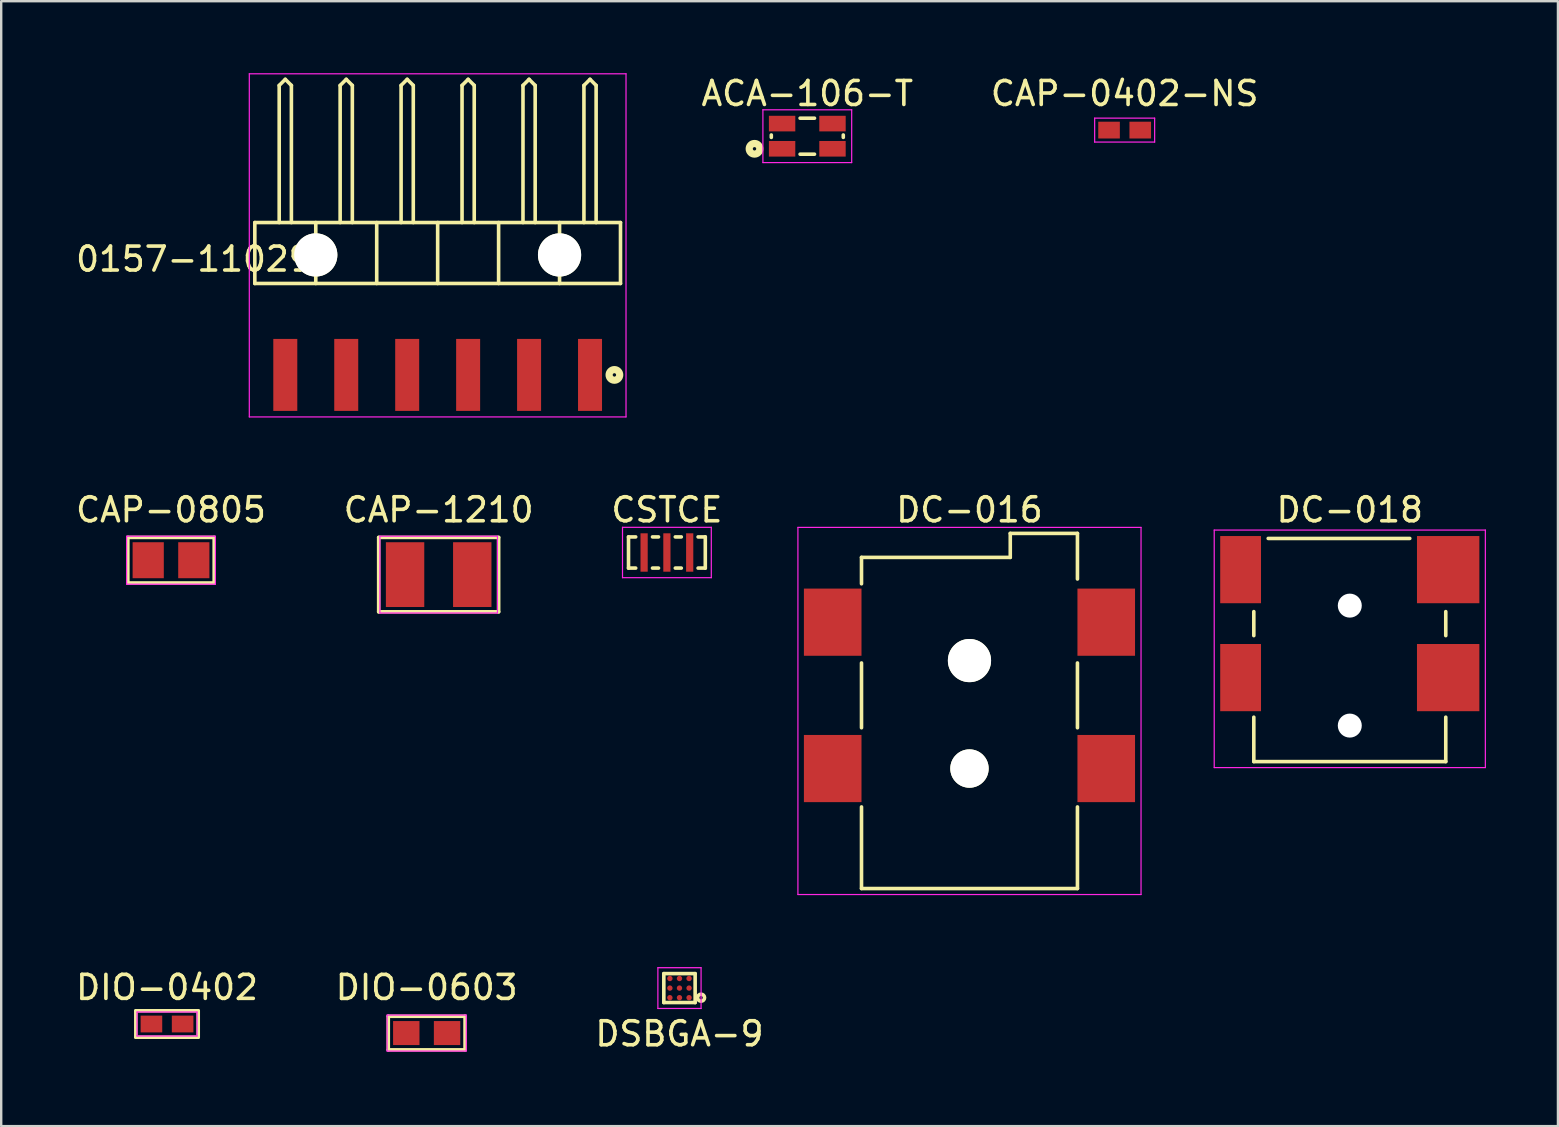
<source format=kicad_pcb>
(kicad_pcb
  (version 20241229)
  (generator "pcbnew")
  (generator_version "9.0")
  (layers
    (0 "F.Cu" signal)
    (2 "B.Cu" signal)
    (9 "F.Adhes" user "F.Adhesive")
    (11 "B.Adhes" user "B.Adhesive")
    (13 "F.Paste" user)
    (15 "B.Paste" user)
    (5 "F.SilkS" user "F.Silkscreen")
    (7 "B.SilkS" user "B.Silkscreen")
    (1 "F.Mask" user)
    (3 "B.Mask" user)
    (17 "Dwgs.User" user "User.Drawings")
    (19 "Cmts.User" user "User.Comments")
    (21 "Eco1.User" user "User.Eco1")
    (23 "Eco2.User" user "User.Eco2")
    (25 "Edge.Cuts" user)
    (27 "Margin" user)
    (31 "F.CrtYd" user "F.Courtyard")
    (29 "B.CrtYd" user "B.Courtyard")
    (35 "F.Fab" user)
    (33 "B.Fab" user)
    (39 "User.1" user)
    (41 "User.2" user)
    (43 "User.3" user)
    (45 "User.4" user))
  (footprint "CSTCE"
    (layer "F.Cu")
    (at 24.744 19.976)
    (property "Reference" "CSTCE" (at 0 -1.778 0) (layer "F.SilkS") (effects (font (size 1 1) (thickness 0.15))))
    (attr through_hole)
    (fp_line (start -1.6 -0.65) (end -1.6 0.65) (stroke (width 0.15) (type solid)) (layer "F.SilkS"))
    (fp_line (start -1.6 0.65) (end -1.3 0.65) (stroke (width 0.15) (type solid)) (layer "F.SilkS"))
    (fp_line (start -1.3 -0.65) (end -1.6 -0.65) (stroke (width 0.15) (type solid)) (layer "F.SilkS"))
    (fp_line (start -0.6 -0.65) (end -0.35 -0.65) (stroke (width 0.15) (type solid)) (layer "F.SilkS"))
    (fp_line (start -0.6 0.65) (end -0.35 0.65) (stroke (width 0.15) (type solid)) (layer "F.SilkS"))
    (fp_line (start 0.35 -0.65) (end 0.6 -0.65) (stroke (width 0.15) (type solid)) (layer "F.SilkS"))
    (fp_line (start 0.35 0.65) (end 0.6 0.65) (stroke (width 0.15) (type solid)) (layer "F.SilkS"))
    (fp_line (start 1.3 -0.65) (end 1.6 -0.65) (stroke (width 0.15) (type solid)) (layer "F.SilkS"))
    (fp_line (start 1.6 -0.65) (end 1.6 0.65) (stroke (width 0.15) (type solid)) (layer "F.SilkS"))
    (fp_line (start 1.6 0.65) (end 1.3 0.65) (stroke (width 0.15) (type solid)) (layer "F.SilkS"))
    (fp_line (start -1.85 -1.05) (end -1.85 1.05) (stroke (width 0.05) (type solid)) (layer "F.CrtYd"))
    (fp_line (start -1.85 1.05) (end 1.85 1.05) (stroke (width 0.05) (type solid)) (layer "F.CrtYd"))
    (fp_line (start 1.85 -1.05) (end -1.85 -1.05) (stroke (width 0.05) (type solid)) (layer "F.CrtYd"))
    (fp_line (start 1.85 1.05) (end 1.85 -1.05) (stroke (width 0.05) (type solid)) (layer "F.CrtYd"))
    (pad "1" smd rect (at -0.95 0) (size 0.3 1.6) (layers "F.Cu" "F.Mask" "F.Paste"))
    (pad "2" smd rect (at 0 0) (size 0.3 1.6) (layers "F.Cu" "F.Mask" "F.Paste"))
    (pad "3" smd rect (at 0.95 0) (size 0.3 1.6) (layers "F.Cu" "F.Mask" "F.Paste")))
  (footprint "DC-018"
    (layer "F.Cu")
    (at 53.204 24.04)
    (property "Reference" "DC-018" (at 0 -5.842 0) (layer "F.SilkS") (effects (font (size 1 1) (thickness 0.15))))
    (attr through_hole)
    (fp_line (start -4 -1.6) (end -4 -0.6) (stroke (width 0.15) (type solid)) (layer "F.SilkS"))
    (fp_line (start -4 2.8) (end -4 4.65) (stroke (width 0.15) (type solid)) (layer "F.SilkS"))
    (fp_line (start -4 4.65) (end 4 4.65) (stroke (width 0.15) (type solid)) (layer "F.SilkS"))
    (fp_line (start 2.5 -4.65) (end -3.4 -4.65) (stroke (width 0.15) (type solid)) (layer "F.SilkS"))
    (fp_line (start 4 -1.6) (end 4 -0.6) (stroke (width 0.15) (type solid)) (layer "F.SilkS"))
    (fp_line (start 4 4.65) (end 4 2.8) (stroke (width 0.15) (type solid)) (layer "F.SilkS"))
    (fp_line (start -5.65 -5) (end -5.65 4.9) (stroke (width 0.05) (type solid)) (layer "F.CrtYd"))
    (fp_line (start -5.65 4.9) (end 5.65 4.9) (stroke (width 0.05) (type solid)) (layer "F.CrtYd"))
    (fp_line (start 5.65 -5) (end -5.65 -5) (stroke (width 0.05) (type solid)) (layer "F.CrtYd"))
    (fp_line (start 5.65 4.9) (end 5.65 -5) (stroke (width 0.05) (type solid)) (layer "F.CrtYd"))
    (pad "" np_thru_hole circle (at 0 -1.85) (size 1 1) (drill 1) (layers "*.Cu" "*.Mask"))
    (pad "" np_thru_hole circle (at 0 3.15) (size 1 1) (drill 1) (layers "*.Cu" "*.Mask"))
    (pad "1" smd rect (at -4.55 -3.35) (size 1.7 2.8) (layers "F.Cu" "F.Mask" "F.Paste"))
    (pad "1" smd rect (at -4.55 1.15) (size 1.7 2.8) (layers "F.Cu" "F.Mask" "F.Paste"))
    (pad "2" smd rect (at 4.1 1.15) (size 2.6 2.8) (layers "F.Cu" "F.Mask" "F.Paste"))
    (pad "3" smd rect (at 4.1 -3.35) (size 2.6 2.8) (layers "F.Cu" "F.Mask" "F.Paste")))
  (footprint "DIO-0603"
    (layer "F.Cu")
    (at 14.732 40.004)
    (property "Reference" "DIO-0603" (at 0 -1.9 0) (layer "F.SilkS") (effects (font (size 1 1) (thickness 0.15))))
    (attr smd)
    (fp_line (start -1.6 -0.7) (end -1.6 0.7) (stroke (width 0.15) (type solid)) (layer "F.SilkS"))
    (fp_line (start -1.6 -0.7) (end 1.6 -0.7) (stroke (width 0.15) (type solid)) (layer "F.SilkS"))
    (fp_line (start 1.6 -0.7) (end 1.6 0.7) (stroke (width 0.15) (type solid)) (layer "F.SilkS"))
    (fp_line (start 1.6 0.7) (end -1.6 0.7) (stroke (width 0.15) (type solid)) (layer "F.SilkS"))
    (fp_line (start -1.65 -0.75) (end -1.65 0.75) (stroke (width 0.05) (type solid)) (layer "F.CrtYd"))
    (fp_line (start -1.65 0.75) (end 1.65 0.75) (stroke (width 0.05) (type solid)) (layer "F.CrtYd"))
    (fp_line (start 1.65 -0.75) (end -1.65 -0.75) (stroke (width 0.05) (type solid)) (layer "F.CrtYd"))
    (fp_line (start 1.65 0.75) (end 1.65 -0.75) (stroke (width 0.05) (type solid)) (layer "F.CrtYd"))
    (pad "1" smd rect (at -0.85 0) (size 1.1 1) (layers "F.Cu" "F.Mask" "F.Paste"))
    (pad "2" smd rect (at 0.85 0) (size 1.1 1) (layers "F.Cu" "F.Mask" "F.Paste")))
  (footprint "0157-11029"
    (layer "F.Cu")
    (at 15.19 12.575)
    (property "Reference" "0157-11029" (at -10.16 -4.826 0) (layer "F.SilkS") (effects (font (size 1 1) (thickness 0.15))))
    (attr through_hole)
    (fp_line (start -7.62 -6.35) (end -7.62 -3.81) (stroke (width 0.15) (type solid)) (layer "F.SilkS"))
    (fp_line (start -6.604 -12.065) (end -6.35 -12.319) (stroke (width 0.15) (type solid)) (layer "F.SilkS"))
    (fp_line (start -6.604 -6.35) (end -6.604 -12.065) (stroke (width 0.15) (type solid)) (layer "F.SilkS"))
    (fp_line (start -6.35 -12.319) (end -6.096 -12.065) (stroke (width 0.15) (type solid)) (layer "F.SilkS"))
    (fp_line (start -6.096 -12.065) (end -6.096 -6.35) (stroke (width 0.15) (type solid)) (layer "F.SilkS"))
    (fp_line (start -5.08 -6.35) (end -5.08 -3.81) (stroke (width 0.15) (type solid)) (layer "F.SilkS"))
    (fp_line (start -4.064 -12.065) (end -3.81 -12.319) (stroke (width 0.15) (type solid)) (layer "F.SilkS"))
    (fp_line (start -4.064 -6.35) (end -4.064 -12.065) (stroke (width 0.15) (type solid)) (layer "F.SilkS"))
    (fp_line (start -3.81 -12.319) (end -3.556 -12.065) (stroke (width 0.15) (type solid)) (layer "F.SilkS"))
    (fp_line (start -3.556 -12.065) (end -3.556 -6.35) (stroke (width 0.15) (type solid)) (layer "F.SilkS"))
    (fp_line (start -2.54 -6.35) (end -2.54 -3.81) (stroke (width 0.15) (type solid)) (layer "F.SilkS"))
    (fp_line (start -1.524 -12.065) (end -1.27 -12.319) (stroke (width 0.15) (type solid)) (layer "F.SilkS"))
    (fp_line (start -1.524 -6.35) (end -1.524 -12.065) (stroke (width 0.15) (type solid)) (layer "F.SilkS"))
    (fp_line (start -1.27 -12.319) (end -1.016 -12.065) (stroke (width 0.15) (type solid)) (layer "F.SilkS"))
    (fp_line (start -1.016 -12.065) (end -1.016 -6.35) (stroke (width 0.15) (type solid)) (layer "F.SilkS"))
    (fp_line (start 0 -6.35) (end 0 -3.81) (stroke (width 0.15) (type solid)) (layer "F.SilkS"))
    (fp_line (start 1.016 -12.065) (end 1.27 -12.319) (stroke (width 0.15) (type solid)) (layer "F.SilkS"))
    (fp_line (start 1.016 -6.35) (end 1.016 -12.065) (stroke (width 0.15) (type solid)) (layer "F.SilkS"))
    (fp_line (start 1.27 -12.319) (end 1.524 -12.065) (stroke (width 0.15) (type solid)) (layer "F.SilkS"))
    (fp_line (start 1.524 -12.065) (end 1.524 -6.35) (stroke (width 0.15) (type solid)) (layer "F.SilkS"))
    (fp_line (start 2.54 -3.81) (end 2.54 -6.35) (stroke (width 0.15) (type solid)) (layer "F.SilkS"))
    (fp_line (start 3.556 -12.065) (end 3.81 -12.319) (stroke (width 0.15) (type solid)) (layer "F.SilkS"))
    (fp_line (start 3.556 -6.35) (end 3.556 -12.065) (stroke (width 0.15) (type solid)) (layer "F.SilkS"))
    (fp_line (start 3.81 -12.319) (end 4.064 -12.065) (stroke (width 0.15) (type solid)) (layer "F.SilkS"))
    (fp_line (start 4.064 -12.065) (end 4.064 -6.35) (stroke (width 0.15) (type solid)) (layer "F.SilkS"))
    (fp_line (start 5.08 -6.35) (end 5.08 -3.81) (stroke (width 0.15) (type solid)) (layer "F.SilkS"))
    (fp_line (start 6.096 -12.065) (end 6.35 -12.319) (stroke (width 0.15) (type solid)) (layer "F.SilkS"))
    (fp_line (start 6.096 -6.35) (end 6.096 -12.065) (stroke (width 0.15) (type solid)) (layer "F.SilkS"))
    (fp_line (start 6.35 -12.319) (end 6.604 -12.065) (stroke (width 0.15) (type solid)) (layer "F.SilkS"))
    (fp_line (start 6.604 -12.065) (end 6.604 -6.35) (stroke (width 0.15) (type solid)) (layer "F.SilkS"))
    (fp_line (start 7.62 -6.35) (end -7.62 -6.35) (stroke (width 0.15) (type solid)) (layer "F.SilkS"))
    (fp_line (start 7.62 -6.35) (end 7.62 -3.81) (stroke (width 0.15) (type solid)) (layer "F.SilkS"))
    (fp_line (start 7.62 -3.81) (end -7.62 -3.81) (stroke (width 0.15) (type solid)) (layer "F.SilkS"))
    (fp_circle (center 7.366 0) (end 7.416 0.05) (stroke (width 0.3) (type solid)) (fill no) (layer "F.SilkS"))
    (fp_line (start -7.85 -12.55) (end -7.85 1.75) (stroke (width 0.05) (type solid)) (layer "F.CrtYd"))
    (fp_line (start -7.85 -12.55) (end 7.85 -12.55) (stroke (width 0.05) (type solid)) (layer "F.CrtYd"))
    (fp_line (start 7.85 -12.55) (end 7.85 1.75) (stroke (width 0.05) (type solid)) (layer "F.CrtYd"))
    (fp_line (start 7.85 1.75) (end -7.85 1.75) (stroke (width 0.05) (type solid)) (layer "F.CrtYd"))
    (pad "" np_thru_hole circle (at -5.08 -5) (size 1.8 1.8) (drill 1.8) (layers "*.Cu" "*.Mask" "F.SilkS"))
    (pad "" np_thru_hole circle (at 5.08 -5) (size 1.8 1.8) (drill 1.8) (layers "*.Cu" "*.Mask" "F.SilkS"))
    (pad "1" smd rect (at 6.35 0) (size 1 3) (layers "F.Cu" "F.Mask" "F.Paste"))
    (pad "2" smd rect (at 3.81 0) (size 1 3) (layers "F.Cu" "F.Mask" "F.Paste"))
    (pad "3" smd rect (at 1.27 0) (size 1 3) (layers "F.Cu" "F.Mask" "F.Paste"))
    (pad "4" smd rect (at -1.27 0) (size 1 3) (layers "F.Cu" "F.Mask" "F.Paste"))
    (pad "5" smd rect (at -3.81 0) (size 1 3) (layers "F.Cu" "F.Mask" "F.Paste"))
    (pad "6" smd rect (at -6.35 0) (size 1 3) (layers "F.Cu" "F.Mask" "F.Paste")))
  (footprint "CAP-0805"
    (layer "F.Cu")
    (at 4.077 20.298)
    (property "Reference" "CAP-0805" (at 0 -2.1 0) (layer "F.SilkS") (effects (font (size 1 1) (thickness 0.15))))
    (attr smd)
    (fp_line (start -1.8 0.95) (end -1.8 -0.95) (stroke (width 0.15) (type solid)) (layer "F.SilkS"))
    (fp_line (start -1.8 0.95) (end 1.8 0.95) (stroke (width 0.15) (type solid)) (layer "F.SilkS"))
    (fp_line (start 1.8 -0.95) (end -1.8 -0.95) (stroke (width 0.15) (type solid)) (layer "F.SilkS"))
    (fp_line (start 1.8 0.95) (end 1.8 -0.95) (stroke (width 0.15) (type solid)) (layer "F.SilkS"))
    (fp_line (start -1.85 -1) (end -1.85 1) (stroke (width 0.05) (type solid)) (layer "F.CrtYd"))
    (fp_line (start -1.85 1) (end 1.85 1) (stroke (width 0.05) (type solid)) (layer "F.CrtYd"))
    (fp_line (start 1.85 -1) (end -1.85 -1) (stroke (width 0.05) (type solid)) (layer "F.CrtYd"))
    (fp_line (start 1.85 1) (end 1.85 -1) (stroke (width 0.05) (type solid)) (layer "F.CrtYd"))
    (pad "1" smd rect (at -0.95 0) (size 1.3 1.5) (layers "F.Cu" "F.Mask" "F.Paste"))
    (pad "2" smd rect (at 0.95 0) (size 1.3 1.5) (layers "F.Cu" "F.Mask" "F.Paste")))
  (footprint "CAP-0402-NS"
    (layer "F.Cu")
    (at 43.821 2.372)
    (property "Reference" "CAP-0402-NS" (at 0 -1.524 0) (layer "F.SilkS") (effects (font (size 1 1) (thickness 0.15))))
    (attr through_hole)
    (fp_line (start -1.25 -0.5) (end 1.25 -0.5) (stroke (width 0.05) (type solid)) (layer "F.CrtYd"))
    (fp_line (start -1.25 0.5) (end -1.25 -0.5) (stroke (width 0.05) (type solid)) (layer "F.CrtYd"))
    (fp_line (start 1.25 -0.5) (end 1.25 0.5) (stroke (width 0.05) (type solid)) (layer "F.CrtYd"))
    (fp_line (start 1.25 0.5) (end -1.25 0.5) (stroke (width 0.05) (type solid)) (layer "F.CrtYd"))
    (pad "1" smd rect (at -0.65 0) (size 0.9 0.7) (layers "F.Cu" "F.Mask" "F.Paste"))
    (pad "2" smd rect (at 0.65 0) (size 0.9 0.7) (layers "F.Cu" "F.Mask" "F.Paste")))
  (footprint "DIO-0402"
    (layer "F.Cu")
    (at 3.911 39.627)
    (property "Reference" "DIO-0402" (at 0 -1.524 0) (layer "F.SilkS") (effects (font (size 1 1) (thickness 0.15))))
    (attr through_hole)
    (fp_line (start -1.3 -0.55) (end 1.3 -0.55) (stroke (width 0.15) (type solid)) (layer "F.SilkS"))
    (fp_line (start -1.3 0.55) (end -1.3 -0.55) (stroke (width 0.15) (type solid)) (layer "F.SilkS"))
    (fp_line (start 1.3 -0.55) (end 1.3 0.55) (stroke (width 0.15) (type solid)) (layer "F.SilkS"))
    (fp_line (start 1.3 0.55) (end -1.3 0.55) (stroke (width 0.15) (type solid)) (layer "F.SilkS"))
    (fp_line (start -1.25 -0.5) (end 1.25 -0.5) (stroke (width 0.05) (type solid)) (layer "F.CrtYd"))
    (fp_line (start -1.25 0.5) (end -1.25 -0.5) (stroke (width 0.05) (type solid)) (layer "F.CrtYd"))
    (fp_line (start 1.25 -0.5) (end 1.25 0.5) (stroke (width 0.05) (type solid)) (layer "F.CrtYd"))
    (fp_line (start 1.25 0.5) (end -1.25 0.5) (stroke (width 0.05) (type solid)) (layer "F.CrtYd"))
    (pad "1" smd rect (at -0.65 0) (size 0.9 0.7) (layers "F.Cu" "F.Mask" "F.Paste"))
    (pad "2" smd rect (at 0.65 0) (size 0.9 0.7) (layers "F.Cu" "F.Mask" "F.Paste")))
  (footprint "DC-016"
    (layer "F.Cu")
    (at 37.354 26.58)
    (property "Reference" "DC-016" (at 0 -8.382 0) (layer "F.SilkS") (effects (font (size 1 1) (thickness 0.15))))
    (attr through_hole)
    (fp_line (start -4.5 -6.4) (end -4.5 -5.3) (stroke (width 0.15) (type solid)) (layer "F.SilkS"))
    (fp_line (start -4.5 -2) (end -4.5 0.7) (stroke (width 0.15) (type solid)) (layer "F.SilkS"))
    (fp_line (start -4.5 4) (end -4.5 7.4) (stroke (width 0.15) (type solid)) (layer "F.SilkS"))
    (fp_line (start -4.5 7.4) (end 4.5 7.4) (stroke (width 0.15) (type solid)) (layer "F.SilkS"))
    (fp_line (start 1.7 -7.4) (end 1.7 -6.4) (stroke (width 0.15) (type solid)) (layer "F.SilkS"))
    (fp_line (start 1.7 -6.4) (end -4.5 -6.4) (stroke (width 0.15) (type solid)) (layer "F.SilkS"))
    (fp_line (start 4.5 -7.4) (end 1.7 -7.4) (stroke (width 0.15) (type solid)) (layer "F.SilkS"))
    (fp_line (start 4.5 -5.5) (end 4.5 -7.4) (stroke (width 0.15) (type solid)) (layer "F.SilkS"))
    (fp_line (start 4.5 -2) (end 4.5 0.7) (stroke (width 0.15) (type solid)) (layer "F.SilkS"))
    (fp_line (start 4.5 7.4) (end 4.5 4) (stroke (width 0.15) (type solid)) (layer "F.SilkS"))
    (fp_line (start -7.15 -7.65) (end -7.15 7.65) (stroke (width 0.05) (type solid)) (layer "F.CrtYd"))
    (fp_line (start -7.15 7.65) (end 7.15 7.65) (stroke (width 0.05) (type solid)) (layer "F.CrtYd"))
    (fp_line (start 7.15 -7.65) (end -7.15 -7.65) (stroke (width 0.05) (type solid)) (layer "F.CrtYd"))
    (fp_line (start 7.15 7.65) (end 7.15 -7.65) (stroke (width 0.05) (type solid)) (layer "F.CrtYd"))
    (pad "" np_thru_hole circle (at 0 -2.1) (size 1.8 1.8) (drill 1.8) (layers "*.Cu" "*.Mask" "F.SilkS"))
    (pad "" np_thru_hole circle (at 0 2.4) (size 1.6 1.6) (drill 1.6) (layers "*.Cu" "*.Mask" "F.SilkS"))
    (pad "1" smd rect (at -5.7 -3.7) (size 2.4 2.8) (layers "F.Cu" "F.Mask" "F.Paste"))
    (pad "1" smd rect (at -5.7 2.4) (size 2.4 2.8) (layers "F.Cu" "F.Mask" "F.Paste"))
    (pad "2" smd rect (at 5.7 2.4) (size 2.4 2.8) (layers "F.Cu" "F.Mask" "F.Paste"))
    (pad "3" smd rect (at 5.7 -3.7) (size 2.4 2.8) (layers "F.Cu" "F.Mask" "F.Paste")))
  (footprint "CAP-1210"
    (layer "F.Cu")
    (at 15.232 20.898)
    (property "Reference" "CAP-1210" (at 0 -2.7 0) (layer "F.SilkS") (effects (font (size 1 1) (thickness 0.15))))
    (attr smd)
    (fp_line (start -2.5 -1.55) (end -2.5 1.55) (stroke (width 0.15) (type solid)) (layer "F.SilkS"))
    (fp_line (start -2.5 1.55) (end 2.5 1.55) (stroke (width 0.15) (type solid)) (layer "F.SilkS"))
    (fp_line (start 2.5 -1.55) (end -2.5 -1.55) (stroke (width 0.15) (type solid)) (layer "F.SilkS"))
    (fp_line (start 2.5 -1.55) (end 2.5 1.55) (stroke (width 0.15) (type solid)) (layer "F.SilkS"))
    (fp_line (start -2.45 -1.6) (end -2.45 1.6) (stroke (width 0.05) (type solid)) (layer "F.CrtYd"))
    (fp_line (start -2.45 1.6) (end 2.45 1.6) (stroke (width 0.05) (type solid)) (layer "F.CrtYd"))
    (fp_line (start 2.45 -1.6) (end -2.45 -1.6) (stroke (width 0.05) (type solid)) (layer "F.CrtYd"))
    (fp_line (start 2.45 1.6) (end 2.45 -1.6) (stroke (width 0.05) (type solid)) (layer "F.CrtYd"))
    (pad "1" smd rect (at -1.4 0) (size 1.6 2.7) (layers "F.Cu" "F.Mask" "F.Paste"))
    (pad "2" smd rect (at 1.4 0) (size 1.6 2.7) (layers "F.Cu" "F.Mask" "F.Paste")))
  (footprint "DSBGA-9"
    (layer "F.Cu")
    (at 25.268 38.13)
    (property "Reference" "DSBGA-9" (at 0 1.905 0) (layer "F.SilkS") (effects (font (size 1 1) (thickness 0.15))))
    (attr through_hole)
    (fp_line (start -0.653 -0.603) (end -0.653 0.603) (stroke (width 0.15) (type solid)) (layer "F.SilkS"))
    (fp_line (start -0.653 -0.603) (end 0.653 -0.603) (stroke (width 0.15) (type solid)) (layer "F.SilkS"))
    (fp_line (start -0.653 0.603) (end 0.653 0.603) (stroke (width 0.15) (type solid)) (layer "F.SilkS"))
    (fp_line (start 0.653 -0.603) (end 0.653 0.603) (stroke (width 0.15) (type solid)) (layer "F.SilkS"))
    (fp_circle (center 0.9 0.4) (end 0.95 0.45) (stroke (width 0.15) (type solid)) (fill no) (layer "F.SilkS"))
    (fp_line (start -0.9 -0.85) (end -0.9 0.85) (stroke (width 0.05) (type solid)) (layer "F.CrtYd"))
    (fp_line (start -0.9 -0.85) (end 0.9 -0.85) (stroke (width 0.05) (type solid)) (layer "F.CrtYd"))
    (fp_line (start -0.9 0.85) (end 0.9 0.85) (stroke (width 0.05) (type solid)) (layer "F.CrtYd"))
    (fp_line (start 0.9 0.85) (end 0.9 -0.85) (stroke (width 0.05) (type solid)) (layer "F.CrtYd"))
    (pad "A1" smd circle (at 0.4 0.4) (size 0.225 0.225) (layers "F.Cu" "F.Mask" "F.Paste"))
    (pad "A2" smd circle (at 0 0.4) (size 0.225 0.225) (layers "F.Cu" "F.Mask" "F.Paste"))
    (pad "A3" smd circle (at -0.4 0.4) (size 0.225 0.225) (layers "F.Cu" "F.Mask" "F.Paste"))
    (pad "B1" smd circle (at 0.4 0) (size 0.225 0.225) (layers "F.Cu" "F.Mask" "F.Paste"))
    (pad "B2" smd circle (at 0 0) (size 0.225 0.225) (layers "F.Cu" "F.Mask" "F.Paste"))
    (pad "B3" smd circle (at -0.4 0) (size 0.225 0.225) (layers "F.Cu" "F.Mask" "F.Paste"))
    (pad "C1" smd circle (at 0.4 -0.4) (size 0.225 0.225) (layers "F.Cu" "F.Mask" "F.Paste"))
    (pad "C2" smd circle (at 0 -0.4) (size 0.225 0.225) (layers "F.Cu" "F.Mask" "F.Paste"))
    (pad "C3" smd circle (at -0.4 -0.4) (size 0.225 0.225) (layers "F.Cu" "F.Mask" "F.Paste")))
  (footprint "ACA-106-T"
    (layer "F.Cu")
    (at 30.595 2.626)
    (property "Reference" "ACA-106-T" (at 0 -1.778 0) (layer "F.SilkS") (effects (font (size 1 1) (thickness 0.15))))
    (attr through_hole)
    (fp_line (start -1.5 -0.05) (end -1.5 0.05) (stroke (width 0.15) (type solid)) (layer "F.SilkS"))
    (fp_line (start -0.3 -0.75) (end 0.3 -0.75) (stroke (width 0.15) (type solid)) (layer "F.SilkS"))
    (fp_line (start -0.3 0.75) (end 0.3 0.75) (stroke (width 0.15) (type solid)) (layer "F.SilkS"))
    (fp_line (start 1.5 -0.05) (end 1.5 0.05) (stroke (width 0.15) (type solid)) (layer "F.SilkS"))
    (fp_circle (center -2.2 0.525) (end -2.25 0.575) (stroke (width 0.3) (type solid)) (fill no) (layer "F.SilkS"))
    (fp_line (start -1.85 -1.1) (end -1.85 1.1) (stroke (width 0.05) (type solid)) (layer "F.CrtYd"))
    (fp_line (start -1.85 1.1) (end 1.85 1.1) (stroke (width 0.05) (type solid)) (layer "F.CrtYd"))
    (fp_line (start 1.85 -1.1) (end -1.85 -1.1) (stroke (width 0.05) (type solid)) (layer "F.CrtYd"))
    (fp_line (start 1.85 1.1) (end 1.85 -1.1) (stroke (width 0.05) (type solid)) (layer "F.CrtYd"))
    (pad "1" smd rect (at -1.05 0.525) (size 1.1 0.65) (layers "F.Cu" "F.Mask" "F.Paste"))
    (pad "2" smd rect (at 1.05 0.525) (size 1.1 0.65) (layers "F.Cu" "F.Mask" "F.Paste"))
    (pad "3" smd rect (at 1.05 -0.525) (size 1.1 0.65) (layers "F.Cu" "F.Mask" "F.Paste"))
    (pad "4" smd rect (at -1.05 -0.525) (size 1.1 0.65) (layers "F.Cu" "F.Mask" "F.Paste")))
  (gr_rect
    (start -3 -3)
    (end 61.879 43.883)
    (stroke (width 0.1) (type default))
    (fill no)
    (layer "Edge.Cuts")))
</source>
